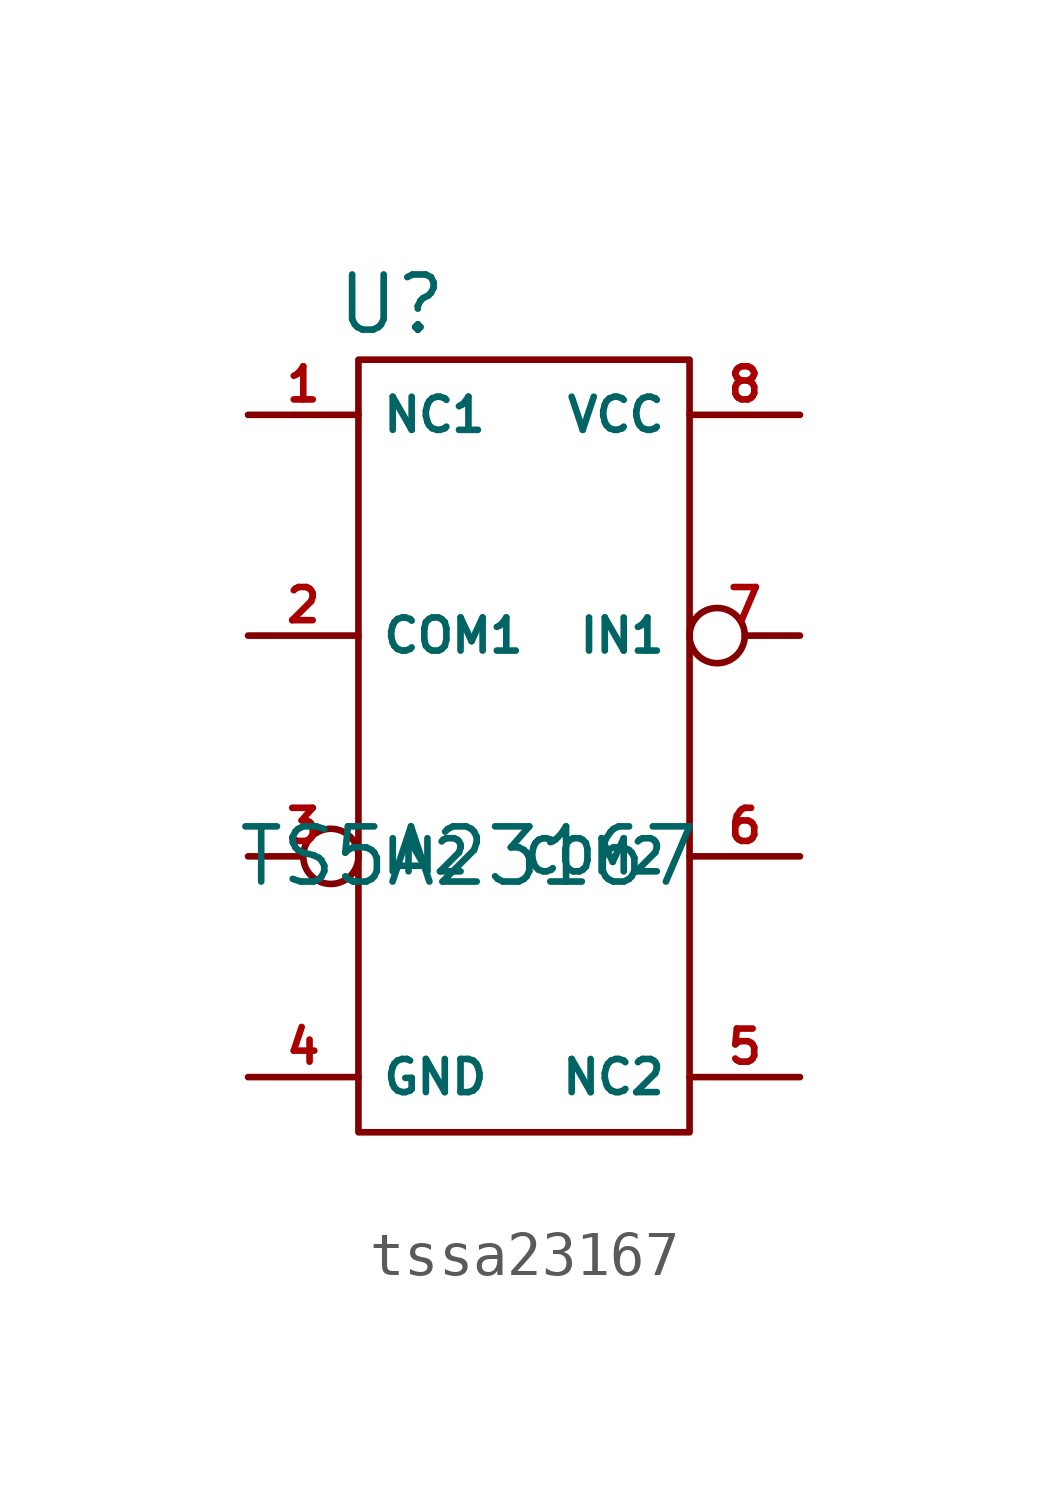
<source format=kicad_sym>
(kicad_symbol_lib
  (version 20231120)
  (generator "kicad_symbol_editor")
  (generator_version "8.0")
  (symbol "tssa23167"
    (property "Reference" "U"
      (at -3.048 10.16 0)
      (effects (font (size 1.27 1.27))))
    (property "Value" "TS5A23167"
      (at -1.27 -2.54 0)
      (effects (font (size 1.27 1.27))))
    (symbol "tssa23167_0_1"
      (rectangle (start -3.81 8.89) (end 3.81 -8.89) (stroke (width 0) (type default)) (fill (type none))))
    (symbol "tssa23167_1_1"
      (pin bidirectional line (at -6.35 7.62 0) (length 2.54) (name "NC1" (effects (font (size 0.762 0.762)))) (number "1" (effects (font (size 0.762 0.762)))))
      (pin bidirectional line (at -6.35 2.54 0) (length 2.54) (name "COM1" (effects (font (size 0.762 0.762)))) (number "2" (effects (font (size 0.762 0.762)))))
      (pin input inverted (at -6.35 -2.54 0) (length 2.54) (name "IN2" (effects (font (size 0.762 0.762)))) (number "3" (effects (font (size 0.762 0.762)))))
      (pin power_in line (at -6.35 -7.62 0) (length 2.54) (name "GND" (effects (font (size 0.762 0.762)))) (number "4" (effects (font (size 0.762 0.762)))))
      (pin bidirectional line (at 6.35 -7.62 180) (length 2.54) (name "NC2" (effects (font (size 0.762 0.762)))) (number "5" (effects (font (size 0.762 0.762)))))
      (pin bidirectional line (at 6.35 -2.54 180) (length 2.54) (name "COM2" (effects (font (size 0.762 0.762)))) (number "6" (effects (font (size 0.762 0.762)))))
      (pin input inverted (at 6.35 2.54 180) (length 2.54) (name "IN1" (effects (font (size 0.762 0.762)))) (number "7" (effects (font (size 0.762 0.762)))))
      (pin power_in line (at 6.35 7.62 180) (length 2.54) (name "VCC" (effects (font (size 0.762 0.762)))) (number "8" (effects (font (size 0.762 0.762))))))))
</source>
